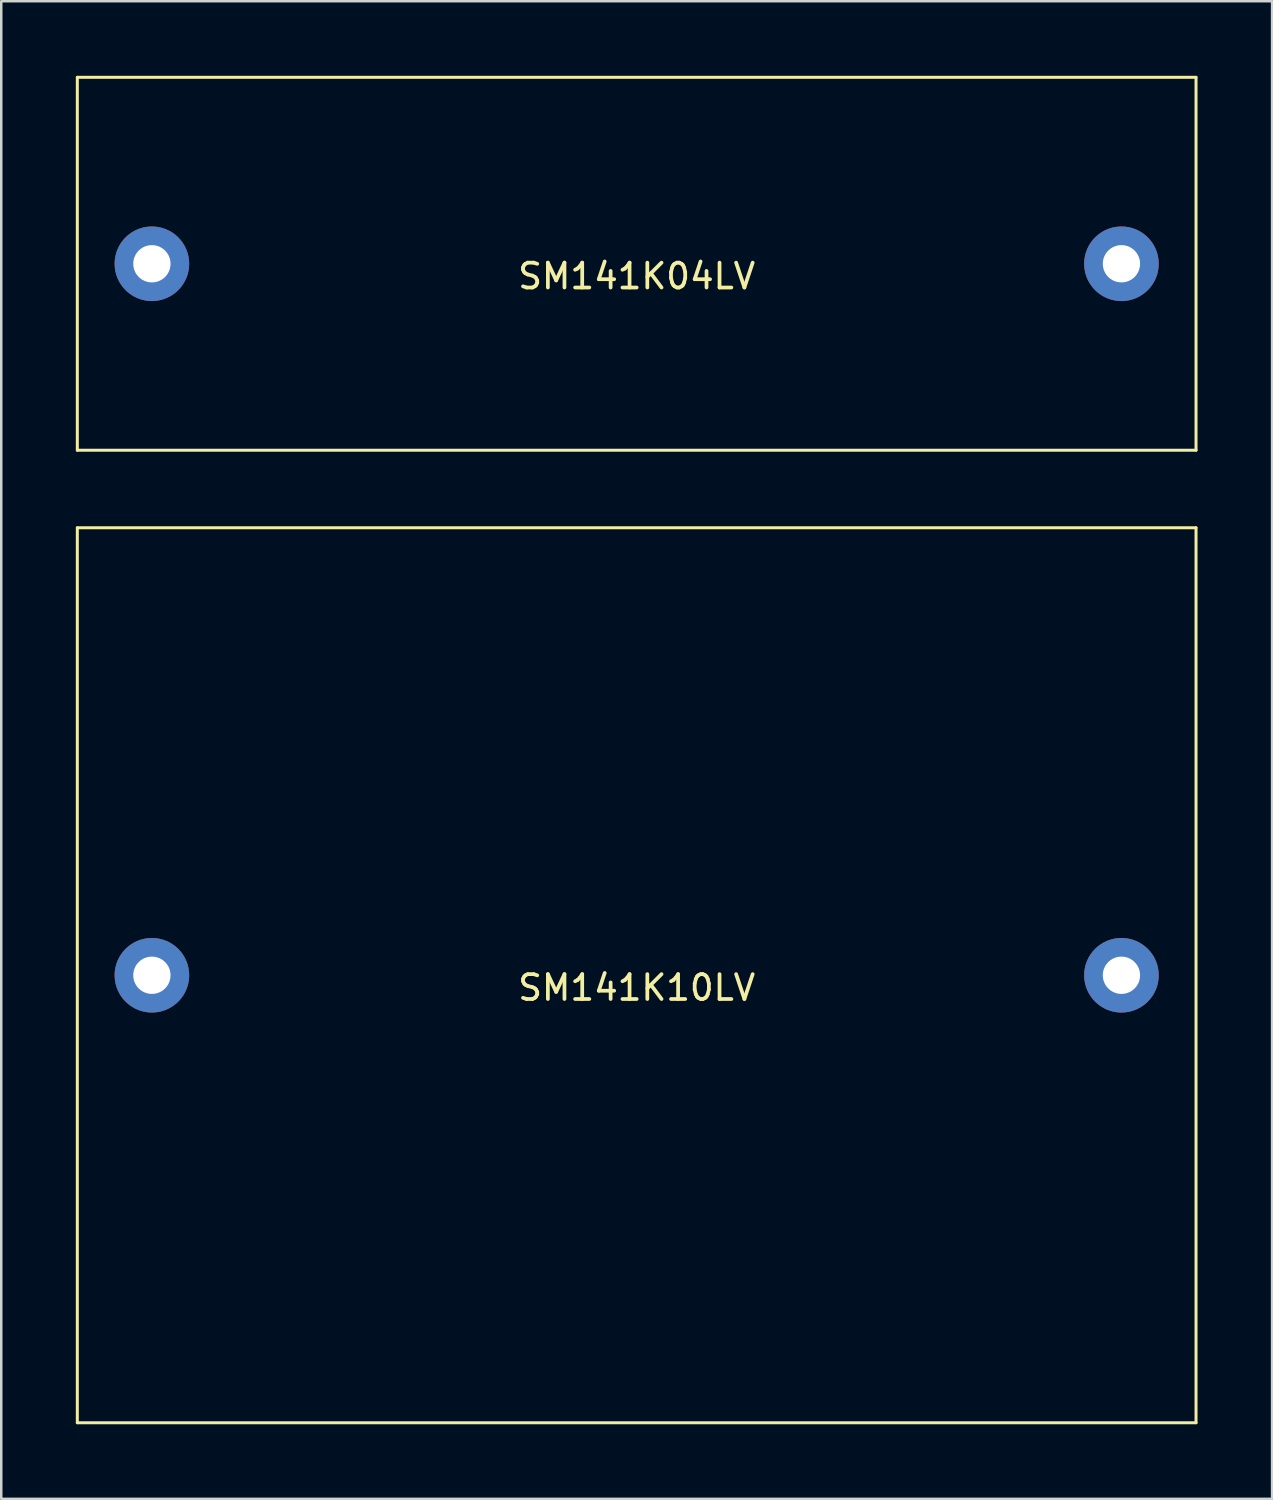
<source format=kicad_pcb>
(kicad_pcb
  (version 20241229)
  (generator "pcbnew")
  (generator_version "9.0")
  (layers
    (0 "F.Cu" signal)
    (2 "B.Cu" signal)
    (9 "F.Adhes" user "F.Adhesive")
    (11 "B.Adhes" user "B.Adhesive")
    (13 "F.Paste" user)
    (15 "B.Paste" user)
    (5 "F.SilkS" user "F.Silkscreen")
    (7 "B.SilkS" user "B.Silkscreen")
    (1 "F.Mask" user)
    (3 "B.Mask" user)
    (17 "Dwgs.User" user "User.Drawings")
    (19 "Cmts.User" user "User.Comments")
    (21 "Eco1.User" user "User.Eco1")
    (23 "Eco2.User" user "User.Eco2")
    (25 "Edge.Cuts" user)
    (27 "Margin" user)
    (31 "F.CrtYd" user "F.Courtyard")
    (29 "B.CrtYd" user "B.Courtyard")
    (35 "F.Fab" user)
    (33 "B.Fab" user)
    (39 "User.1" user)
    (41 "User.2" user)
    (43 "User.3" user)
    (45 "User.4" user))
  (footprint "SM141K04LV"
    (layer "F.Cu")
    (at 22.56 7.56)
    (property "Reference" "SM141K04LV" (at 0 0.5 0) (layer "F.SilkS") (effects (font (size 1 1) (thickness 0.15))))
    (attr through_hole)
    (fp_line (start -22.5 -7.5) (end 22.5 -7.5) (stroke (width 0.12) (type solid)) (layer "F.SilkS"))
    (fp_line (start -22.5 7.5) (end -22.5 -7.5) (stroke (width 0.12) (type solid)) (layer "F.SilkS"))
    (fp_line (start 22.5 -7.5) (end 22.5 7.5) (stroke (width 0.12) (type solid)) (layer "F.SilkS"))
    (fp_line (start 22.5 7.5) (end -22.5 7.5) (stroke (width 0.12) (type solid)) (layer "F.SilkS"))
    (pad "1" thru_hole circle (at 19.5 0) (size 3 3) (drill 1.5) (layers "*.Cu" "*.Mask"))
    (pad "2" thru_hole circle (at -19.5 0) (size 3 3) (drill 1.5) (layers "*.Cu" "*.Mask")))
  (footprint "SM141K10LV"
    (layer "F.Cu")
    (at 22.56 36.18)
    (property "Reference" "SM141K10LV" (at 0 0.5 0) (layer "F.SilkS") (effects (font (size 1 1) (thickness 0.15))))
    (attr through_hole)
    (fp_line (start -22.5 -18) (end 22.5 -18) (stroke (width 0.12) (type solid)) (layer "F.SilkS"))
    (fp_line (start -22.5 18) (end -22.5 -18) (stroke (width 0.12) (type solid)) (layer "F.SilkS"))
    (fp_line (start 22.5 -18) (end 22.5 18) (stroke (width 0.12) (type solid)) (layer "F.SilkS"))
    (fp_line (start 22.5 18) (end -22.5 18) (stroke (width 0.12) (type solid)) (layer "F.SilkS"))
    (pad "1" thru_hole circle (at 19.5 0) (size 3 3) (drill 1.5) (layers "*.Cu" "*.Mask"))
    (pad "2" thru_hole circle (at -19.5 0) (size 3 3) (drill 1.5) (layers "*.Cu" "*.Mask")))
  (gr_rect
    (start -3 -3)
    (end 48.12 57.24)
    (stroke (width 0.1) (type default))
    (fill no)
    (layer "Edge.Cuts")))
</source>
